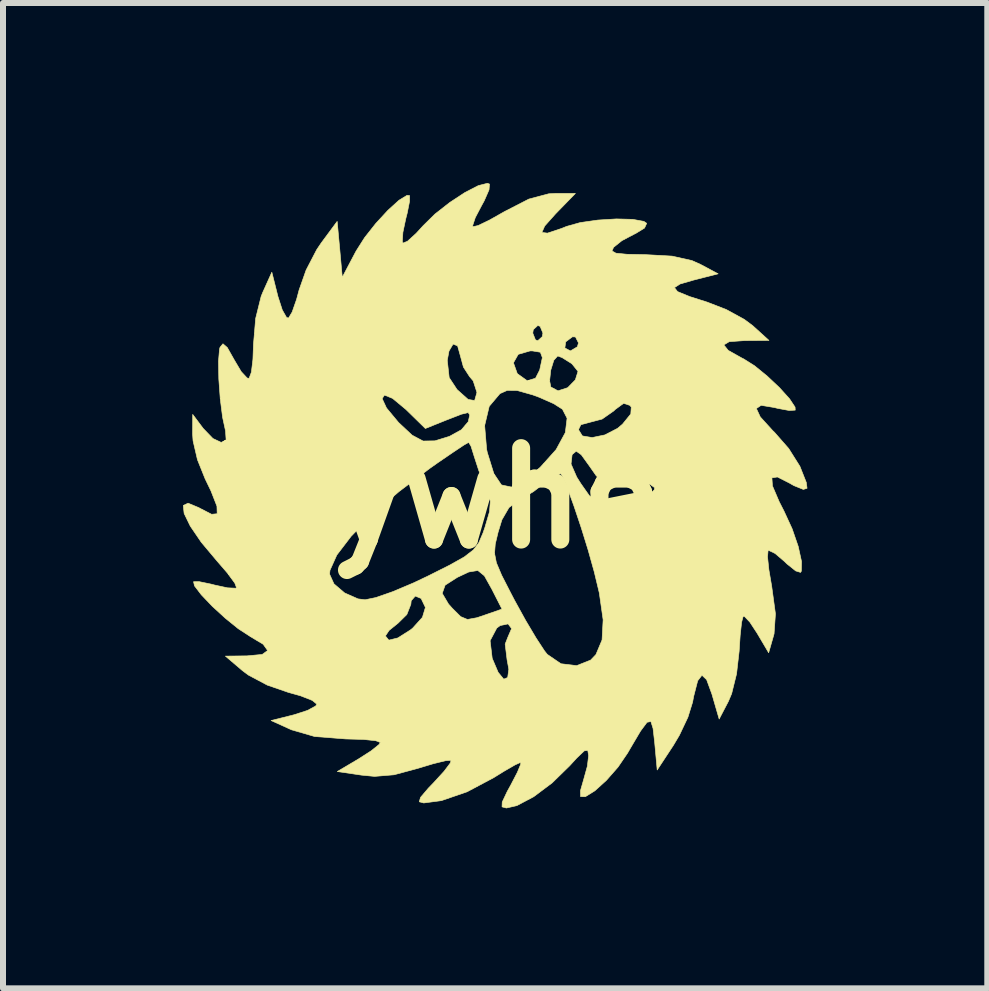
<source format=kicad_pcb>
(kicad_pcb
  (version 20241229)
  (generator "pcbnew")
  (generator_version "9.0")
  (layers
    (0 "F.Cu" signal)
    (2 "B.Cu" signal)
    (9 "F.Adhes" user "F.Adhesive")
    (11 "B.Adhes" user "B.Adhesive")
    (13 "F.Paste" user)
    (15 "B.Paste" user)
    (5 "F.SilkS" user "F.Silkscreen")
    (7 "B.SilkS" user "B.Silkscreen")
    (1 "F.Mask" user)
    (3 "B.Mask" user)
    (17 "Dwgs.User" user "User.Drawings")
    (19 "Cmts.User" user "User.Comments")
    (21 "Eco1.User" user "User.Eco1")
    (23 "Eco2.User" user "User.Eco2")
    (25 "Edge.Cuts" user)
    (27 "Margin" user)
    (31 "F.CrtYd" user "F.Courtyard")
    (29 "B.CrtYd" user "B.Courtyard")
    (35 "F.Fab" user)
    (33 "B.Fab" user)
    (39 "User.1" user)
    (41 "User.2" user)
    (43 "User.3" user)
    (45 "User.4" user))
  (footprint "Flywheel"
    (layer "F.Cu")
    (at 5.237 5.254)
    (property "Reference" "Flywheel" (at 0 0 0) (layer "F.SilkS") (effects (font (size 1.524 1.524) (thickness 0.3))))
    (attr through_hole)
    (fp_poly (pts (xy -0.128 -5.236) (xy -0.136 -5.14) (xy -0.216 -4.957) (xy -0.261 -4.875) (xy -0.365 -4.677) (xy -0.408 -4.546) (xy -0.404 -4.525) (xy -0.317 -4.545) (xy -0.128 -4.636) (xy 0.123 -4.778) (xy 0.131 -4.782) (xy 0.528 -4.986) (xy 0.859 -5.074) (xy 0.965 -5.08) (xy 1.304 -5.08) (xy 0.974 -4.741) (xy 0.792 -4.537) (xy 0.745 -4.43) (xy 0.838 -4.418) (xy 1.072 -4.496) (xy 1.156 -4.53) (xy 1.384 -4.594) (xy 1.678 -4.636) (xy 1.987 -4.655) (xy 2.259 -4.648) (xy 2.445 -4.614) (xy 2.492 -4.582) (xy 2.456 -4.503) (xy 2.306 -4.411) (xy 2.288 -4.403) (xy 2.079 -4.293) (xy 1.94 -4.182) (xy 1.914 -4.121) (xy 1.979 -4.084) (xy 2.162 -4.066) (xy 2.466 -4.06) (xy 2.916 -4.035) (xy 3.246 -3.961) (xy 3.387 -3.898) (xy 3.683 -3.74) (xy 3.275 -3.636) (xy 3.047 -3.57) (xy 2.955 -3.51) (xy 3.006 -3.444) (xy 3.208 -3.361) (xy 3.498 -3.269) (xy 3.82 -3.144) (xy 4.118 -2.981) (xy 4.26 -2.875) (xy 4.53 -2.63) (xy 4.123 -2.627) (xy 3.868 -2.609) (xy 3.778 -2.555) (xy 3.851 -2.464) (xy 4.088 -2.331) (xy 4.108 -2.322) (xy 4.289 -2.208) (xy 4.5 -2.036) (xy 4.707 -1.841) (xy 4.873 -1.657) (xy 4.965 -1.518) (xy 4.968 -1.468) (xy 4.867 -1.462) (xy 4.672 -1.498) (xy 4.622 -1.511) (xy 4.399 -1.548) (xy 4.32 -1.495) (xy 4.385 -1.355) (xy 4.593 -1.126) (xy 4.624 -1.096) (xy 4.859 -0.828) (xy 5.046 -0.531) (xy 5.152 -0.263) (xy 5.165 -0.165) (xy 5.103 -0.146) (xy 4.945 -0.21) (xy 4.868 -0.254) (xy 4.671 -0.354) (xy 4.579 -0.339) (xy 4.588 -0.205) (xy 4.7 0.057) (xy 4.781 0.216) (xy 4.916 0.509) (xy 5.018 0.805) (xy 5.073 1.056) (xy 5.07 1.215) (xy 5.057 1.237) (xy 4.976 1.212) (xy 4.83 1.095) (xy 4.788 1.054) (xy 4.632 0.921) (xy 4.527 0.871) (xy 4.515 0.876) (xy 4.506 0.977) (xy 4.529 1.195) (xy 4.576 1.471) (xy 4.638 1.927) (xy 4.615 2.261) (xy 4.605 2.297) (xy 4.525 2.576) (xy 4.333 2.251) (xy 4.211 2.065) (xy 4.121 1.97) (xy 4.1 1.968) (xy 4.074 2.068) (xy 4.05 2.288) (xy 4.033 2.55) (xy 3.99 2.927) (xy 3.908 3.258) (xy 3.854 3.386) (xy 3.7 3.681) (xy 3.579 3.265) (xy 3.491 3.025) (xy 3.413 2.951) (xy 3.342 3.043) (xy 3.275 3.303) (xy 3.257 3.4) (xy 3.179 3.651) (xy 3.037 3.951) (xy 2.936 4.121) (xy 2.667 4.53) (xy 2.625 4.071) (xy 2.598 3.837) (xy 2.562 3.722) (xy 2.498 3.735) (xy 2.39 3.88) (xy 2.221 4.166) (xy 2.173 4.249) (xy 2.014 4.482) (xy 1.821 4.702) (xy 1.628 4.877) (xy 1.47 4.975) (xy 1.39 4.974) (xy 1.388 4.875) (xy 1.437 4.705) (xy 1.503 4.467) (xy 1.524 4.291) (xy 1.51 4.203) (xy 1.452 4.211) (xy 1.326 4.331) (xy 1.206 4.462) (xy 0.915 4.746) (xy 0.608 4.976) (xy 0.328 5.124) (xy 0.154 5.164) (xy 0.081 5.145) (xy 0.084 5.065) (xy 0.167 4.889) (xy 0.225 4.784) (xy 0.336 4.57) (xy 0.393 4.432) (xy 0.391 4.403) (xy 0.3 4.444) (xy 0.113 4.552) (xy -0.058 4.658) (xy -0.502 4.894) (xy -0.93 5.041) (xy -1.224 5.08) (xy -1.299 5.06) (xy -1.277 4.986) (xy -1.147 4.833) (xy -1.06 4.743) (xy -0.886 4.553) (xy -0.782 4.415) (xy -0.768 4.369) (xy -0.86 4.375) (xy -1.067 4.426) (xy -1.329 4.505) (xy -1.719 4.61) (xy -2.044 4.637) (xy -2.259 4.616) (xy -2.665 4.556) (xy -2.306 4.343) (xy -2.099 4.21) (xy -1.969 4.105) (xy -1.947 4.072) (xy -2.025 4.042) (xy -2.228 4.021) (xy -2.513 4.013) (xy -2.519 4.013) (xy -3.043 3.972) (xy -3.429 3.86) (xy -3.768 3.706) (xy -3.387 3.61) (xy -3.161 3.537) (xy -3.025 3.463) (xy -3.006 3.433) (xy -3.081 3.371) (xy -3.276 3.294) (xy -3.483 3.236) (xy -3.833 3.115) (xy -4.147 2.948) (xy -4.245 2.875) (xy -4.53 2.632) (xy -4.17 2.628) (xy -3.916 2.604) (xy -3.826 2.539) (xy -3.9 2.435) (xy -4 2.375) (xy -0.118 2.375) (xy -0.083 2.669) (xy 0.016 2.902) (xy 0.109 3.016) (xy 0.175 2.989) (xy 0.194 2.851) (xy 0.165 2.694) (xy 0.133 2.432) (xy 0.178 2.317) (xy 0.24 2.173) (xy 0.182 2.095) (xy 0.049 2.123) (xy -0.007 2.165) (xy -0.118 2.375) (xy -4 2.375) (xy -4.13 2.296) (xy -1.863 2.296) (xy -1.806 2.366) (xy -1.656 2.329) (xy -1.445 2.195) (xy -1.41 2.167) (xy -1.246 1.986) (xy -1.197 1.823) (xy -1.198 1.817) (xy -1.268 1.671) (xy -1.365 1.631) (xy -1.433 1.709) (xy -1.439 1.769) (xy -1.506 1.939) (xy -1.651 2.082) (xy -1.802 2.204) (xy -1.863 2.296) (xy -4.13 2.296) (xy -4.133 2.294) (xy -4.316 2.175) (xy -4.533 1.999) (xy -4.75 1.8) (xy -4.932 1.609) (xy -5.045 1.461) (xy -5.061 1.392) (xy -4.967 1.391) (xy -4.773 1.431) (xy -4.707 1.448) (xy -4.494 1.494) (xy -4.359 1.5) (xy -4.344 1.493) (xy -4.374 1.414) (xy -4.483 1.266) (xy -2.794 1.266) (xy -2.721 1.427) (xy -2.543 1.579) (xy -2.319 1.678) (xy -2.202 1.693) (xy -2.022 1.656) (xy -1.821 1.586) (xy -0.916 1.586) (xy -0.812 1.763) (xy -0.747 1.836) (xy -0.608 1.974) (xy -0.495 2.021) (xy -0.337 1.992) (xy -0.184 1.94) (xy 0.08 1.848) (xy -0.089 1.516) (xy -0.213 1.294) (xy -0.322 1.205) (xy -0.474 1.23) (xy -0.664 1.319) (xy -0.868 1.45) (xy -0.916 1.586) (xy -1.821 1.586) (xy -1.736 1.556) (xy -1.391 1.41) (xy -1.145 1.293) (xy -0.785 1.112) (xy -0.547 0.978) (xy -0.471 0.919) (xy -0.044 0.919) (xy -0.013 1.077) (xy 0.074 1.283) (xy 0.226 1.58) (xy 0.287 1.697) (xy 0.472 2.033) (xy 0.649 2.331) (xy 0.789 2.545) (xy 0.835 2.603) (xy 1.063 2.759) (xy 1.324 2.791) (xy 1.558 2.698) (xy 1.646 2.606) (xy 1.748 2.363) (xy 1.766 2.027) (xy 1.702 1.578) (xy 1.618 1.228) (xy 1.517 0.867) (xy 1.4 0.489) (xy 1.281 0.134) (xy 1.174 -0.161) (xy 1.092 -0.355) (xy 1.06 -0.407) (xy 0.974 -0.389) (xy 0.829 -0.282) (xy 0.825 -0.278) (xy 0.606 -0.111) (xy 0.378 0.025) (xy 0.197 0.156) (xy 0.079 0.359) (xy 0.015 0.568) (xy -0.032 0.764) (xy -0.044 0.919) (xy -0.471 0.919) (xy -0.397 0.862) (xy -0.304 0.738) (xy -0.236 0.579) (xy -0.204 0.486) (xy -0.128 0.226) (xy -0.114 0.049) (xy -0.163 -0.118) (xy -0.197 -0.194) (xy -0.305 -0.456) (xy -0.384 -0.699) (xy -0.436 -0.866) (xy -0.475 -0.931) (xy -0.554 -0.886) (xy -0.737 -0.764) (xy -0.993 -0.589) (xy -1.122 -0.498) (xy -1.641 -0.107) (xy -2.083 0.275) (xy -2.433 0.633) (xy -2.673 0.947) (xy -2.787 1.201) (xy -2.794 1.266) (xy -4.483 1.266) (xy -4.495 1.249) (xy -4.673 1.043) (xy -4.933 0.733) (xy -5.116 0.464) (xy -5.218 0.254) (xy -5.232 0.121) (xy -5.152 0.083) (xy -4.972 0.158) (xy -4.953 0.169) (xy -4.76 0.268) (xy -4.667 0.259) (xy -4.671 0.133) (xy -4.77 -0.12) (xy -4.868 -0.323) (xy -4.996 -0.642) (xy -5.069 -0.956) (xy -5.077 -1.071) (xy -5.075 -1.397) (xy -4.901 -1.164) (xy -4.738 -0.995) (xy -4.6 -0.93) (xy -4.518 -0.971) (xy -4.528 -1.122) (xy -4.577 -1.349) (xy -4.616 -1.657) (xy -4.616 -1.659) (xy -1.917 -1.659) (xy -1.845 -1.504) (xy -1.653 -1.273) (xy -1.644 -1.262) (xy -1.417 -1.05) (xy -1.235 -0.953) (xy -1.038 -0.956) (xy -0.795 -1.031) (xy -0.596 -1.141) (xy -0.537 -1.211) (xy -0.209 -1.211) (xy -0.176 -0.815) (xy -0.165 -0.763) (xy -0.056 -0.411) (xy 0.071 -0.221) (xy 0.237 -0.186) (xy 0.462 -0.301) (xy 0.716 -0.514) (xy 0.767 -0.57) (xy 1.231 -0.57) (xy 1.326 -0.352) (xy 1.394 -0.244) (xy 1.537 -0.041) (xy 1.659 0.05) (xy 1.828 0.062) (xy 2.015 0.041) (xy 2.275 0.002) (xy 2.471 -0.034) (xy 2.519 -0.046) (xy 2.617 -0.138) (xy 2.625 -0.175) (xy 2.544 -0.233) (xy 2.308 -0.247) (xy 2.189 -0.241) (xy 1.927 -0.231) (xy 1.769 -0.266) (xy 1.65 -0.375) (xy 1.539 -0.534) (xy 1.402 -0.724) (xy 1.318 -0.784) (xy 1.256 -0.733) (xy 1.248 -0.719) (xy 1.231 -0.57) (xy 0.767 -0.57) (xy 0.982 -0.81) (xy 1.135 -1.092) (xy 1.142 -1.143) (xy 1.355 -1.143) (xy 1.42 -1.038) (xy 1.583 -1.011) (xy 1.795 -1.055) (xy 2.006 -1.164) (xy 2.089 -1.234) (xy 2.227 -1.404) (xy 2.235 -1.518) (xy 2.212 -1.547) (xy 2.107 -1.581) (xy 1.965 -1.477) (xy 1.945 -1.456) (xy 1.749 -1.319) (xy 1.563 -1.27) (xy 1.395 -1.225) (xy 1.355 -1.143) (xy 1.142 -1.143) (xy 1.165 -1.333) (xy 1.088 -1.483) (xy 0.941 -1.576) (xy 0.704 -1.681) (xy 0.593 -1.722) (xy 0.334 -1.795) (xy 0.167 -1.797) (xy 0.046 -1.743) (xy -0.133 -1.531) (xy -0.209 -1.211) (xy -0.537 -1.211) (xy -0.483 -1.274) (xy -0.48 -1.285) (xy -0.457 -1.389) (xy -0.484 -1.427) (xy -0.596 -1.4) (xy -0.828 -1.31) (xy -0.851 -1.301) (xy -1.197 -1.162) (xy -1.52 -1.478) (xy -1.744 -1.664) (xy -1.88 -1.719) (xy -1.917 -1.659) (xy -4.616 -1.659) (xy -4.64 -1.988) (xy -4.645 -2.283) (xy -4.628 -2.484) (xy -4.62 -2.514) (xy -4.571 -2.574) (xy -4.499 -2.512) (xy -4.385 -2.31) (xy -4.384 -2.308) (xy -4.266 -2.109) (xy -4.167 -2.003) (xy -4.135 -1.998) (xy -4.097 -2.1) (xy -4.073 -2.298) (xy -0.832 -2.298) (xy -0.8 -2.01) (xy -0.669 -1.811) (xy -0.484 -1.646) (xy -0.376 -1.628) (xy -0.339 -1.756) (xy -0.339 -1.768) (xy -0.4 -1.956) (xy -0.461 -2.028) (xy -0.563 -2.186) (xy -0.582 -2.257) (xy 0.271 -2.257) (xy 0.334 -2.08) (xy 0.34 -2.073) (xy 0.502 -1.957) (xy 0.503 -1.958) (xy 0.874 -1.958) (xy 0.894 -1.854) (xy 1.014 -1.79) (xy 1.175 -1.842) (xy 1.303 -1.973) (xy 1.347 -2.114) (xy 1.251 -2.234) (xy 1.233 -2.249) (xy 1.083 -2.343) (xy 1.009 -2.371) (xy 0.944 -2.299) (xy 0.893 -2.135) (xy 0.874 -1.958) (xy 0.503 -1.958) (xy 0.639 -2) (xy 0.709 -2.138) (xy 0.753 -2.343) (xy 0.72 -2.433) (xy 0.587 -2.455) (xy 0.548 -2.455) (xy 0.351 -2.398) (xy 0.271 -2.257) (xy -0.582 -2.257) (xy -0.609 -2.356) (xy -0.65 -2.504) (xy 1.128 -2.504) (xy 1.221 -2.455) (xy 1.337 -2.524) (xy 1.355 -2.589) (xy 1.305 -2.688) (xy 1.254 -2.69) (xy 1.142 -2.606) (xy 1.128 -2.504) (xy -0.65 -2.504) (xy -0.66 -2.539) (xy -0.735 -2.569) (xy -0.803 -2.453) (xy -0.832 -2.298) (xy -4.073 -2.298) (xy -4.071 -2.32) (xy -4.062 -2.566) (xy -4.046 -2.752) (xy 0.593 -2.752) (xy 0.638 -2.639) (xy 0.677 -2.625) (xy 0.752 -2.693) (xy 0.762 -2.752) (xy 0.716 -2.864) (xy 0.677 -2.879) (xy 0.602 -2.81) (xy 0.593 -2.752) (xy -4.046 -2.752) (xy -4.026 -2.995) (xy -3.934 -3.365) (xy -3.908 -3.429) (xy -3.756 -3.767) (xy -3.654 -3.361) (xy -3.582 -3.138) (xy -3.511 -3.013) (xy -3.478 -3.002) (xy -3.417 -3.104) (xy -3.343 -3.316) (xy -3.302 -3.47) (xy -3.185 -3.802) (xy -3.009 -4.141) (xy -2.934 -4.253) (xy -2.667 -4.614) (xy -2.624 -4.149) (xy -2.582 -3.683) (xy -2.352 -4.119) (xy -2.21 -4.343) (xy -2.023 -4.58) (xy -1.821 -4.799) (xy -1.637 -4.966) (xy -1.503 -5.048) (xy -1.46 -5.044) (xy -1.46 -4.951) (xy -1.499 -4.754) (xy -1.524 -4.657) (xy -1.572 -4.429) (xy -1.581 -4.278) (xy -1.571 -4.252) (xy -1.495 -4.283) (xy -1.35 -4.415) (xy -1.234 -4.542) (xy -1.037 -4.736) (xy -0.792 -4.928) (xy -0.538 -5.095) (xy -0.315 -5.21) (xy -0.162 -5.249) (xy -0.128 -5.236)) (stroke (width 0.01) (type solid)) (fill yes) (layer "F.SilkS")))
  (gr_rect
    (start -3 -3)
    (end 13.406 13.423)
    (stroke (width 0.1) (type default))
    (fill no)
    (layer "Edge.Cuts")))
</source>
